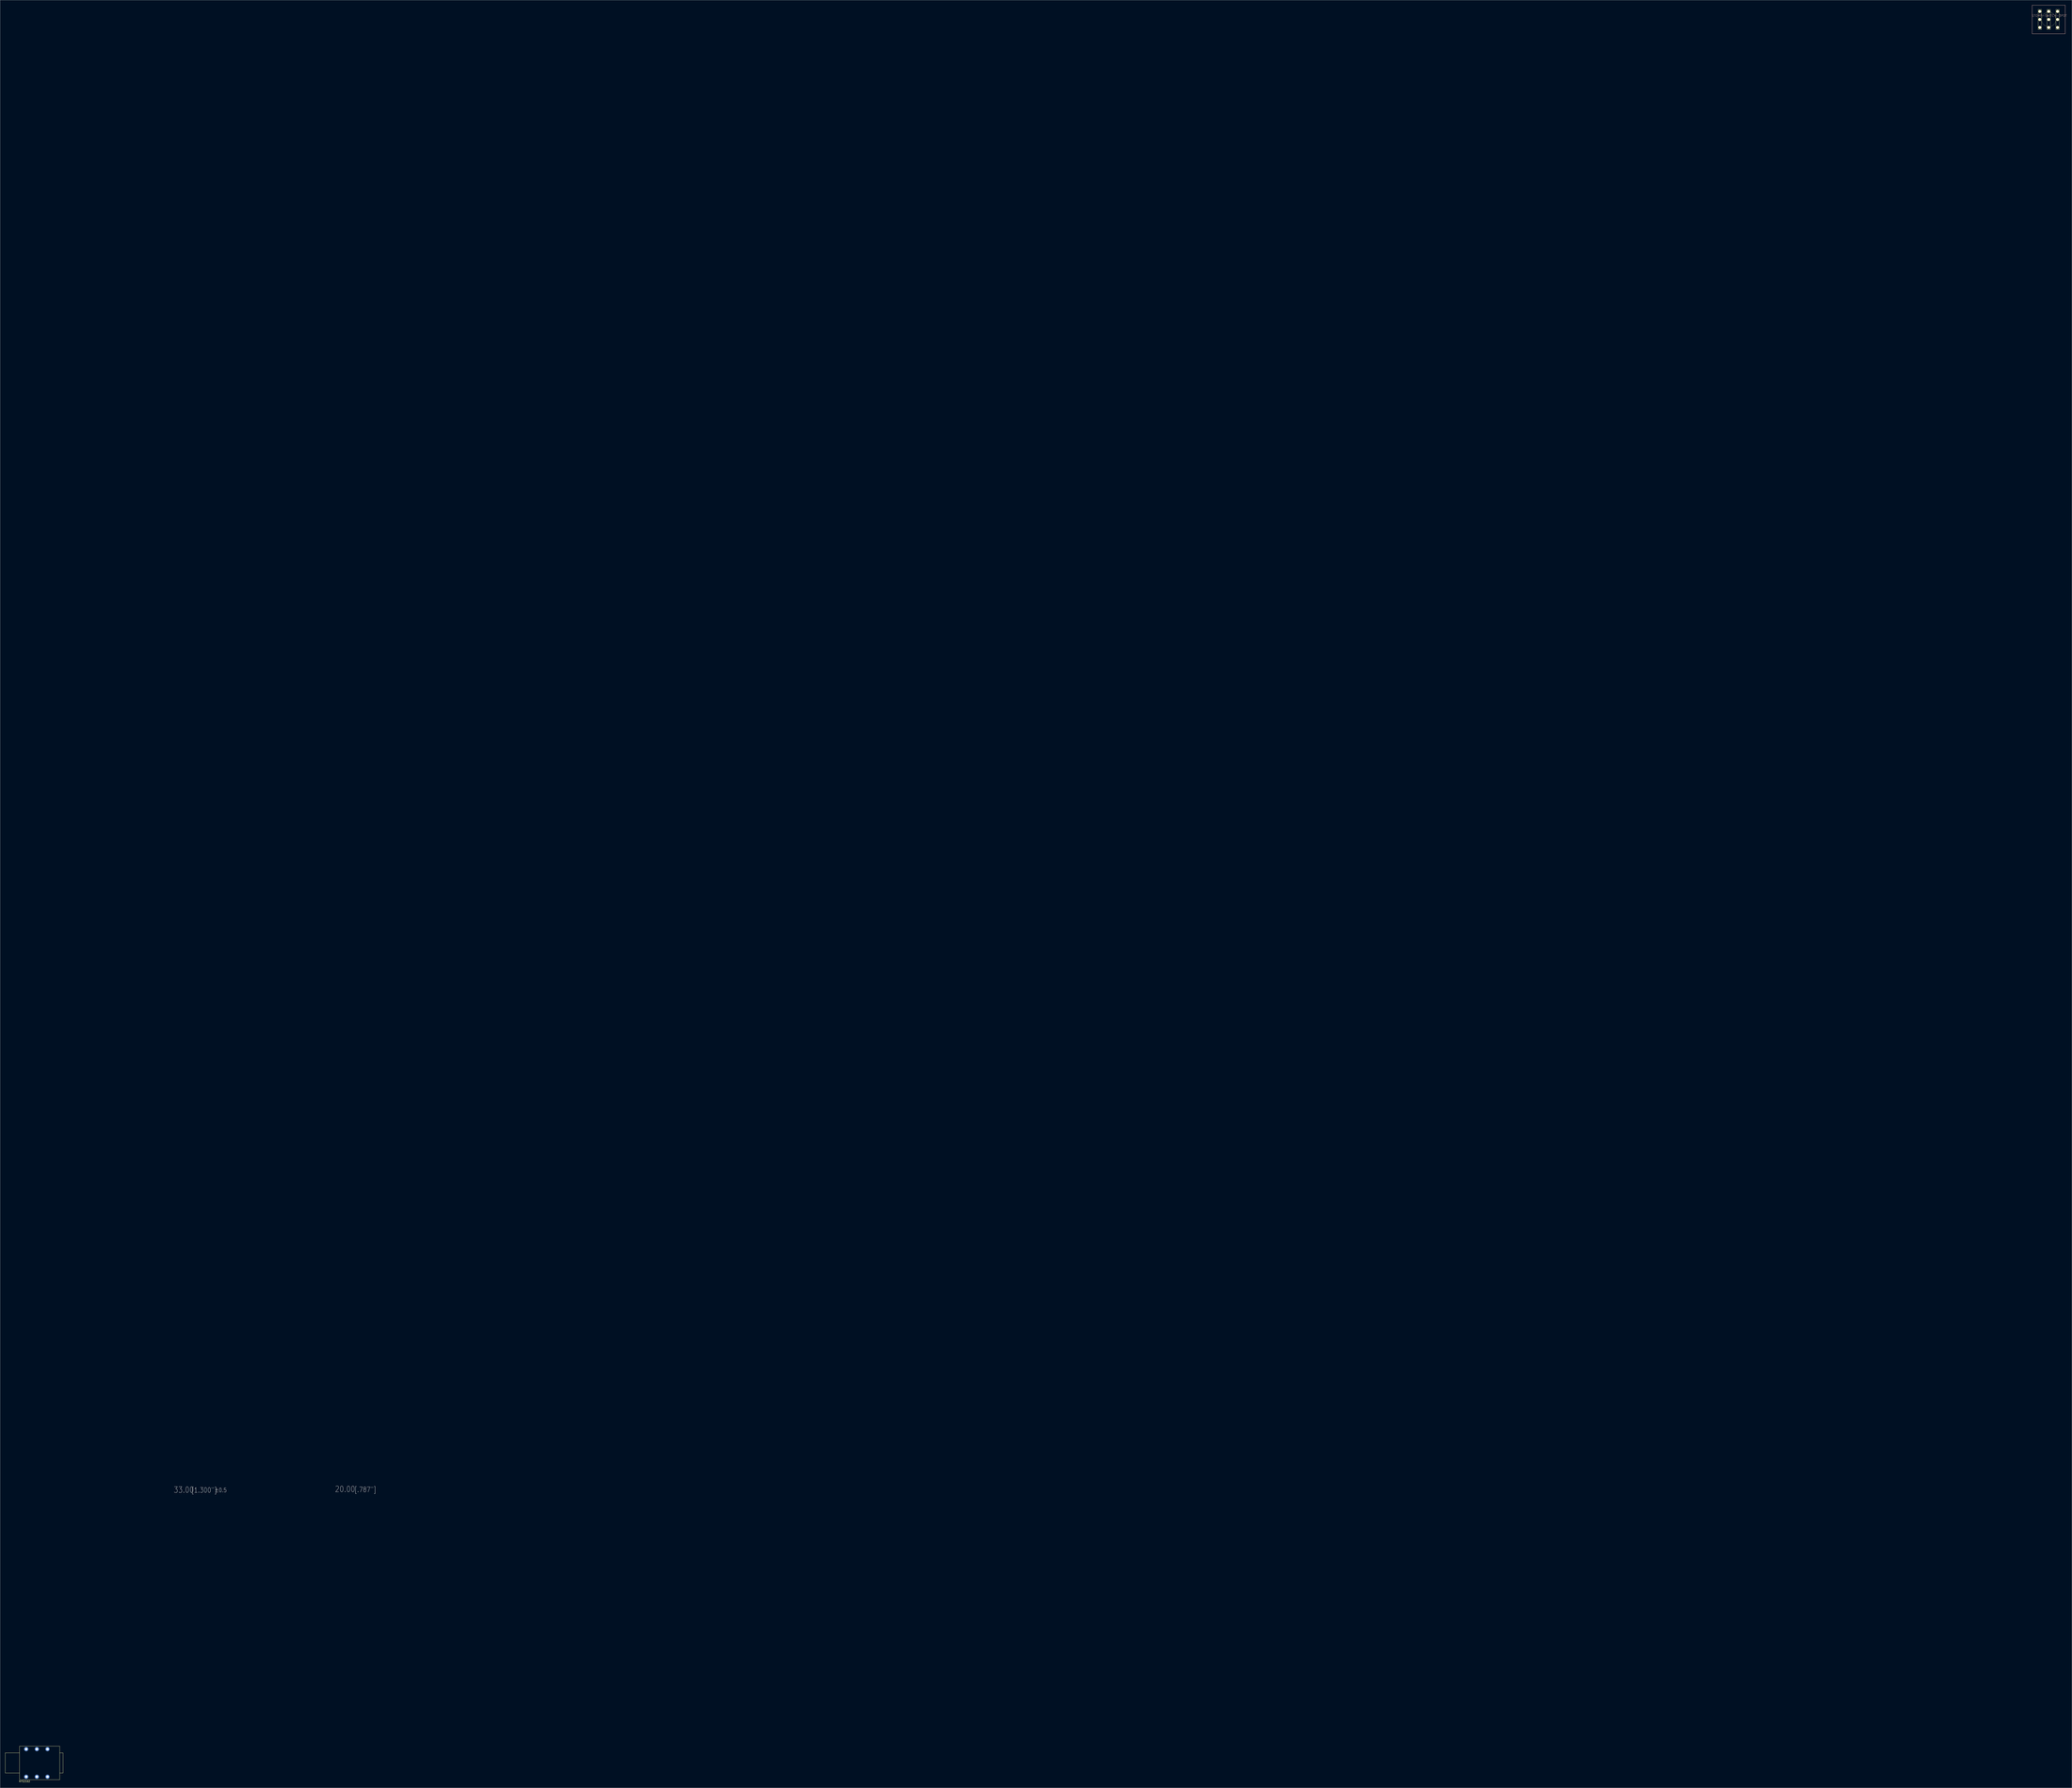
<source format=kicad_pcb>
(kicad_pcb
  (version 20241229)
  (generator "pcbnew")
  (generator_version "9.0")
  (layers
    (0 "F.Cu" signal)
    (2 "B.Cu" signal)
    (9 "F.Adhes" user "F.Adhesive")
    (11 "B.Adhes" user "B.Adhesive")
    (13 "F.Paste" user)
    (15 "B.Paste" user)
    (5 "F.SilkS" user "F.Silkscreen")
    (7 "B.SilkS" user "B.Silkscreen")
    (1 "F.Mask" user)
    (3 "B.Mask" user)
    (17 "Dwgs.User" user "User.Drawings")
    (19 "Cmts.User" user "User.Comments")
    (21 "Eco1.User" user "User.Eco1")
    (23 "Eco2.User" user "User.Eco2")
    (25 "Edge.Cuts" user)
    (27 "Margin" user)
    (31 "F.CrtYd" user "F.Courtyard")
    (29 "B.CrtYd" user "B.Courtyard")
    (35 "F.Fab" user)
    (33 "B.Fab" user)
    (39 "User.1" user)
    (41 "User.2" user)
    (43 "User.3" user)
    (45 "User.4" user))
  (footprint "STOMP-SWITCH-3PDT"
    (layer "F.Cu")
    (at 1218.814 8.562)
    (property "Reference" "STOMP-SWITCH-3PDT" (at 0.363 -2.268 0) (layer "B.SilkS") (effects (font (size 1.27 1.27) (thickness 0.102))))
    (attr exclude_from_pos_files exclude_from_bom)
    (fp_line (start -6.299 -5.999) (end -6.299 5.999) (stroke (width 0.127) (type solid)) (layer "F.SilkS"))
    (fp_line (start -6.299 5.999) (end -4.298 5.999) (stroke (width 0.127) (type solid)) (layer "F.SilkS"))
    (fp_line (start -4.298 -5.999) (end -6.299 -5.999) (stroke (width 0.127) (type solid)) (layer "F.SilkS"))
    (fp_line (start -4.298 5.999) (end -4.298 -5.999) (stroke (width 0.127) (type solid)) (layer "F.SilkS"))
    (fp_line (start -0.998 -5.999) (end 0.998 -5.999) (stroke (width 0.127) (type solid)) (layer "F.SilkS"))
    (fp_line (start -0.998 5.999) (end -0.998 -5.999) (stroke (width 0.127) (type solid)) (layer "F.SilkS"))
    (fp_line (start 0.998 -5.999) (end 0.998 5.999) (stroke (width 0.127) (type solid)) (layer "F.SilkS"))
    (fp_line (start 0.998 5.999) (end -0.998 5.999) (stroke (width 0.127) (type solid)) (layer "F.SilkS"))
    (fp_line (start 4.298 -5.999) (end 4.298 5.999) (stroke (width 0.127) (type solid)) (layer "F.SilkS"))
    (fp_line (start 4.298 5.999) (end 6.299 5.999) (stroke (width 0.127) (type solid)) (layer "F.SilkS"))
    (fp_line (start 6.299 -5.999) (end 4.298 -5.999) (stroke (width 0.127) (type solid)) (layer "F.SilkS"))
    (fp_line (start 6.299 5.999) (end 6.299 -5.999) (stroke (width 0.127) (type solid)) (layer "F.SilkS"))
    (fp_circle (center 0 0) (end -3.048 3.048) (stroke (width 0.064) (type solid)) (fill no) (layer "F.SilkS"))
    (fp_line (start -9.848 -8.499) (end -9.848 8.499) (stroke (width 0.127) (type solid)) (layer "B.SilkS"))
    (fp_line (start -9.848 -8.499) (end 9.848 -8.499) (stroke (width 0.127) (type solid)) (layer "B.SilkS"))
    (fp_line (start -9.848 8.499) (end -9.848 -8.499) (stroke (width 0.127) (type solid)) (layer "B.SilkS"))
    (fp_line (start -9.848 8.499) (end 9.848 8.499) (stroke (width 0.127) (type solid)) (layer "B.SilkS"))
    (fp_line (start 9.848 -8.499) (end -9.848 -8.499) (stroke (width 0.127) (type solid)) (layer "B.SilkS"))
    (fp_line (start 9.848 -8.499) (end 9.848 8.499) (stroke (width 0.127) (type solid)) (layer "B.SilkS"))
    (fp_line (start 9.848 8.499) (end -9.848 8.499) (stroke (width 0.127) (type solid)) (layer "B.SilkS"))
    (fp_line (start 9.848 8.499) (end 9.848 -8.499) (stroke (width 0.127) (type solid)) (layer "B.SilkS"))
    (pad "P$1" thru_hole circle (at -5.298 -4.798) (size 1.798 1.798) (drill 1.199) (layers "*.Cu" "F.Mask" "F.SilkS" "F.Paste"))
    (pad "P$2" thru_hole circle (at -5.298 0) (size 1.798 1.798) (drill 1.199) (layers "*.Cu" "F.Mask" "F.SilkS" "F.Paste"))
    (pad "P$3" thru_hole circle (at -5.298 4.798) (size 1.798 1.798) (drill 1.199) (layers "*.Cu" "F.Mask" "F.SilkS" "F.Paste"))
    (pad "P$4" thru_hole circle (at 0 -4.798) (size 1.798 1.798) (drill 1.199) (layers "*.Cu" "F.Mask" "F.SilkS" "F.Paste"))
    (pad "P$5" thru_hole circle (at 0 0) (size 1.798 1.798) (drill 1.199) (layers "*.Cu" "F.Mask" "F.SilkS" "F.Paste"))
    (pad "P$6" thru_hole circle (at 0 4.798) (size 1.798 1.798) (drill 1.199) (layers "*.Cu" "F.Mask" "F.SilkS" "F.Paste"))
    (pad "P$7" thru_hole circle (at 5.298 -4.798) (size 1.798 1.798) (drill 1.199) (layers "*.Cu" "F.Mask" "F.SilkS" "F.Paste"))
    (pad "P$8" thru_hole circle (at 5.298 0) (size 1.798 1.798) (drill 1.199) (layers "*.Cu" "F.Mask" "F.SilkS" "F.Paste"))
    (pad "P$9" thru_hole circle (at 5.298 4.798) (size 1.798 1.798) (drill 1.199) (layers "*.Cu" "F.Mask" "F.SilkS" "F.Paste")))
  (footprint "NYS2162"
    (layer "F.Cu")
    (at 12.575 1048.615)
    (property "Reference" "NYS2162" (at -1 11 0) (layer "F.SilkS") (effects (font (size 1 1) (thickness 0.15))))
    (attr through_hole)
    (fp_line (start -12.5 -6) (end -12.5 6) (stroke (width 0.15) (type solid)) (layer "F.SilkS"))
    (fp_line (start -12.5 6) (end -4 6) (stroke (width 0.15) (type solid)) (layer "F.SilkS"))
    (fp_line (start -4 -10) (end -4 10) (stroke (width 0.15) (type solid)) (layer "F.SilkS"))
    (fp_line (start -4 -6) (end -12.5 -6) (stroke (width 0.15) (type solid)) (layer "F.SilkS"))
    (fp_line (start -4 10) (end 20 10) (stroke (width 0.15) (type solid)) (layer "F.SilkS"))
    (fp_line (start 20 -10) (end -4 -10) (stroke (width 0.15) (type solid)) (layer "F.SilkS"))
    (fp_line (start 20 -6) (end 22 -6) (stroke (width 0.15) (type solid)) (layer "F.SilkS"))
    (fp_line (start 20 10) (end 20 -10) (stroke (width 0.15) (type solid)) (layer "F.SilkS"))
    (fp_line (start 22 -6) (end 22 6) (stroke (width 0.15) (type solid)) (layer "F.SilkS"))
    (fp_line (start 22 6) (end 20 6) (stroke (width 0.15) (type solid)) (layer "F.SilkS"))
    (fp_text user "  " (at 1045.114 -729.666 0) (layer "Dwgs.User") (effects (font (size 3.5 2.8) (thickness 0.2)) (justify left bottom)))
    (fp_text user "[.787\"]" (at 202.253 -163.041 0) (layer "Dwgs.User") (effects (font (size 3 2.4) (thickness 0.2))))
    (fp_text user "  " (at 553.683 -393.819 0) (layer "Dwgs.User") (effects (font (size 3.5 2.8) (thickness 0.2)) (justify left bottom)))
    (fp_text user "33.00" (at 94.01 -162.903 0) (layer "Dwgs.User") (effects (font (size 3.5 2.8) (thickness 0.2))))
    (fp_text user "  " (at 553.683 -393.819 0) (layer "Dwgs.User") (effects (font (size 3.5 2.8) (thickness 0.2)) (justify left bottom)))
    (fp_text user "  " (at 1138.816 -1044.515 0) (layer "Dwgs.User") (effects (font (size 3.5 2.8) (thickness 0.2)) (justify left bottom)))
    (fp_text user "  " (at 553.683 -393.819 0) (layer "Dwgs.User") (effects (font (size 3.5 2.8) (thickness 0.2)) (justify left bottom)))
    (fp_text user "  " (at 553.683 -393.819 0) (layer "Dwgs.User") (effects (font (size 3.5 2.8) (thickness 0.2)) (justify left bottom)))
    (fp_text user "  " (at 553.683 -393.819 0) (layer "Dwgs.User") (effects (font (size 3.5 2.8) (thickness 0.2)) (justify left bottom)))
    (fp_text user "  " (at 553.683 -393.819 0) (layer "Dwgs.User") (effects (font (size 3.5 2.8) (thickness 0.2)) (justify left bottom)))
    (fp_text user "  " (at 986.82 -554.472 0) (layer "Dwgs.User") (effects (font (size 3.5 2.8) (thickness 0.2)) (justify left bottom)))
    (fp_text user "  " (at 995.122 -848.755 0) (layer "Dwgs.User") (effects (font (size 3.5 2.8) (thickness 0.2)) (justify left bottom)))
    (fp_text user "" (at 493.363 -130.34 0) (layer "Dwgs.User") (effects (font (size 2.5 2) (thickness 0.2)) (justify left bottom)))
    (fp_text user "  " (at 1014.504 -700.581 0) (layer "Dwgs.User") (effects (font (size 3.5 2.8) (thickness 0.2)) (justify left bottom)))
    (fp_text user "  " (at 553.683 -393.819 0) (layer "Dwgs.User") (effects (font (size 3.5 2.8) (thickness 0.2)) (justify left bottom)))
    (fp_text user "[1.300\"]" (at 106.135 -162.72 0) (layer "Dwgs.User") (effects (font (size 3 2.4) (thickness 0.2))))
    (fp_text user "  " (at 1188.808 -925.426 0) (layer "Dwgs.User") (effects (font (size 3.5 2.8) (thickness 0.2)) (justify left bottom)))
    (fp_text user "  " (at 553.683 -393.819 0) (layer "Dwgs.User") (effects (font (size 3.5 2.8) (thickness 0.2)) (justify left bottom)))
    (fp_text user "  " (at 964.512 -819.669 0) (layer "Dwgs.User") (effects (font (size 3.5 2.8) (thickness 0.2)) (justify left bottom)))
    (fp_text user "±0.5" (at 115.996 -162.72 0) (layer "Dwgs.User") (effects (font (size 2.5 2) (thickness 0.2))))
    (fp_text user "  " (at 964.512 -819.669 0) (layer "Dwgs.User") (effects (font (size 3.5 2.8) (thickness 0.2)) (justify left bottom)))
    (fp_text user "  " (at 1101.95 -767.413 0) (layer "Dwgs.User") (effects (font (size 3.5 2.8) (thickness 0.2)) (justify left bottom)))
    (fp_text user "  " (at 553.683 -393.819 0) (layer "Dwgs.User") (effects (font (size 3.5 2.8) (thickness 0.2)) (justify left bottom)))
    (fp_text user "  " (at 1014.504 -700.581 0) (layer "Dwgs.User") (effects (font (size 3.5 2.8) (thickness 0.2)) (justify left bottom)))
    (fp_text user "  " (at 553.683 -393.819 0) (layer "Dwgs.User") (effects (font (size 3.5 2.8) (thickness 0.2)) (justify left bottom)))
    (fp_text user "  " (at 553.683 -393.819 0) (layer "Dwgs.User") (effects (font (size 3.5 2.8) (thickness 0.2)) (justify left bottom)))
    (fp_text user "  " (at 778.365 -715.342 0) (layer "Dwgs.User") (effects (font (size 3.5 2.8) (thickness 0.2)) (justify left bottom)))
    (fp_text user "  " (at 553.683 -393.819 0) (layer "Dwgs.User") (effects (font (size 3.5 2.8) (thickness 0.2)) (justify left bottom)))
    (fp_text user "  " (at 553.683 -393.819 0) (layer "Dwgs.User") (effects (font (size 3.5 2.8) (thickness 0.2)) (justify left bottom)))
    (fp_text user "20.00" (at 190.183 -163.325 0) (layer "Dwgs.User") (effects (font (size 3.5 2.8) (thickness 0.2))))
    (fp_text user "  " (at 553.683 -393.819 0) (layer "Dwgs.User") (effects (font (size 3.5 2.8) (thickness 0.2)) (justify left bottom)))
    (pad "R" thru_hole circle (at 6.35 8.25) (size 2.6 2.6) (drill 1.5) (layers "*.Cu" "*.Mask"))
    (pad "RN" thru_hole circle (at 6.35 -8.25) (size 2.6 2.6) (drill 1.5) (layers "*.Cu" "*.Mask"))
    (pad "S" thru_hole circle (at 0 8.25) (size 2.6 2.6) (drill 1.5) (layers "*.Cu" "*.Mask"))
    (pad "SN" thru_hole circle (at 0 -8.25) (size 2.6 2.6) (drill 1.5) (layers "*.Cu" "*.Mask"))
    (pad "T" thru_hole circle (at 12.7 8.25) (size 2.6 2.6) (drill 1.5) (layers "*.Cu" "*.Mask"))
    (pad "TN" thru_hole circle (at 12.7 -8.25) (size 2.6 2.6) (drill 1.5) (layers "*.Cu" "*.Mask")))
  (gr_rect
    (start -3 -3)
    (end 1232.665 1063.463)
    (stroke (width 0.1) (type default))
    (fill no)
    (layer "Edge.Cuts")))
</source>
